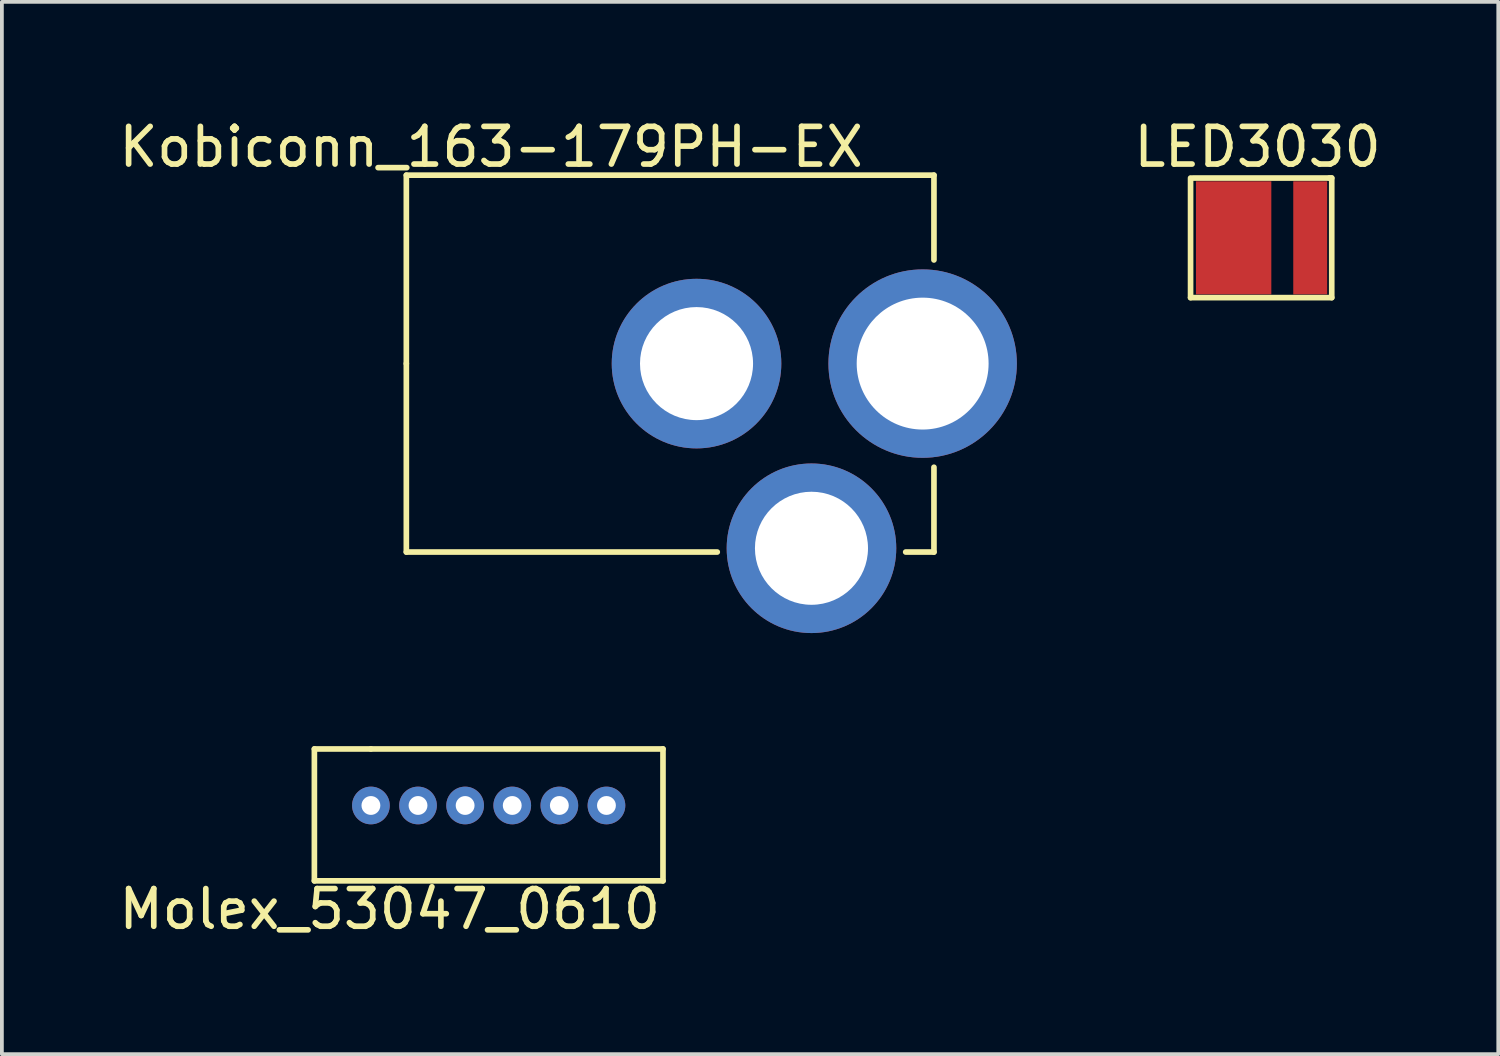
<source format=kicad_pcb>
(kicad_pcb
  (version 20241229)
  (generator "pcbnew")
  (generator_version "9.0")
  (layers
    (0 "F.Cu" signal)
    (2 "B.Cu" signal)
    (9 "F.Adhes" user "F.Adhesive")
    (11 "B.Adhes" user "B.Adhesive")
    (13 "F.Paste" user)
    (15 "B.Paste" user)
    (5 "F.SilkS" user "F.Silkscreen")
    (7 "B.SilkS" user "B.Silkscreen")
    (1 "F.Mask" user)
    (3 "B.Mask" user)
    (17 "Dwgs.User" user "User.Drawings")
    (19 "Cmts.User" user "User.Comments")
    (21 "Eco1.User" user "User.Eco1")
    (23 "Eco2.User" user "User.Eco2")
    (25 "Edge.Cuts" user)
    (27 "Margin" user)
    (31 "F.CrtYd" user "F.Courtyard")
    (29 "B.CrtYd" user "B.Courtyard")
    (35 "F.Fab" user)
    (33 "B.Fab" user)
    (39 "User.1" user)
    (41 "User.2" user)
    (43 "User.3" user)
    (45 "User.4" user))
  (footprint "Molex_53047_0610"
    (layer "F.Cu")
    (at 6.792 18.323)
    (property "Reference" "Molex_53047_0610" (at 0.5 2.75 0) (layer "F.SilkS") (effects (font (size 1 1) (thickness 0.15))))
    (attr through_hole)
    (fp_line (start -1.5 -1.5) (end -1.5 2) (stroke (width 0.15) (type solid)) (layer "F.SilkS"))
    (fp_line (start -1.5 2) (end 7.75 2) (stroke (width 0.15) (type solid)) (layer "F.SilkS"))
    (fp_line (start 0 -1.5) (end -1.5 -1.5) (stroke (width 0.15) (type solid)) (layer "F.SilkS"))
    (fp_line (start 7.75 -1.5) (end 0 -1.5) (stroke (width 0.15) (type solid)) (layer "F.SilkS"))
    (fp_line (start 7.75 2) (end 7.75 -1.5) (stroke (width 0.15) (type solid)) (layer "F.SilkS"))
    (pad "1" thru_hole circle (at 0 0) (size 1 1) (drill 0.5) (layers "*.Cu" "*.Mask"))
    (pad "2" thru_hole circle (at 1.25 0) (size 1 1) (drill 0.5) (layers "*.Cu" "*.Mask"))
    (pad "3" thru_hole circle (at 2.5 0) (size 1 1) (drill 0.5) (layers "*.Cu" "*.Mask"))
    (pad "4" thru_hole circle (at 3.75 0) (size 1 1) (drill 0.5) (layers "*.Cu" "*.Mask"))
    (pad "5" thru_hole circle (at 5 0) (size 1 1) (drill 0.5) (layers "*.Cu" "*.Mask"))
    (pad "6" thru_hole circle (at 6.25 0) (size 1 1) (drill 0.5) (layers "*.Cu" "*.Mask")))
  (footprint "LED3030"
    (layer "F.Cu")
    (at 28.414 1.483)
    (property "Reference" "LED3030" (at 1.905 -0.635 0) (layer "F.SilkS") (effects (font (size 1 1) (thickness 0.15))))
    (attr through_hole)
    (fp_line (start 0.127 3.365) (end 0.127 0.191) (stroke (width 0.15) (type solid)) (layer "F.SilkS"))
    (fp_line (start 0.191 0.191) (end 3.81 0.191) (stroke (width 0.15) (type solid)) (layer "F.SilkS"))
    (fp_line (start 3.81 0.191) (end 3.873 0.191) (stroke (width 0.15) (type solid)) (layer "F.SilkS"))
    (fp_line (start 3.873 0.191) (end 3.873 3.365) (stroke (width 0.15) (type solid)) (layer "F.SilkS"))
    (fp_line (start 3.873 3.365) (end 0.127 3.365) (stroke (width 0.15) (type solid)) (layer "F.SilkS"))
    (pad "1" smd rect (at 1.27 1.778) (size 2 3) (layers "F.Cu" "F.Mask" "F.Paste"))
    (pad "2" smd rect (at 3.302 1.778) (size 0.9 3) (layers "F.Cu" "F.Mask" "F.Paste")))
  (footprint "Kobiconn_163-179PH-EX"
    (layer "F.Cu")
    (at 7.732 6.598)
    (property "Reference" "Kobiconn_163-179PH-EX" (at 2.25 -5.75 0) (layer "F.SilkS") (effects (font (size 1 1) (thickness 0.15))))
    (attr through_hole)
    (fp_line (start 0 -5) (end 14 -5) (stroke (width 0.15) (type solid)) (layer "F.SilkS"))
    (fp_line (start 0 0) (end 0 -5) (stroke (width 0.15) (type solid)) (layer "F.SilkS"))
    (fp_line (start 0 0) (end 0 5) (stroke (width 0.15) (type solid)) (layer "F.SilkS"))
    (fp_line (start 0 5) (end 8.25 5) (stroke (width 0.15) (type solid)) (layer "F.SilkS"))
    (fp_line (start 13.25 5) (end 14 5) (stroke (width 0.15) (type solid)) (layer "F.SilkS"))
    (fp_line (start 14 -5) (end 14 -2.75) (stroke (width 0.15) (type solid)) (layer "F.SilkS"))
    (fp_line (start 14 5) (end 14 2.75) (stroke (width 0.15) (type solid)) (layer "F.SilkS"))
    (pad "1" thru_hole circle (at 13.7 0) (size 5 5) (drill 3.5) (layers "*.Cu" "*.Mask"))
    (pad "2" thru_hole circle (at 10.75 4.9) (size 4.5 4.5) (drill 3) (layers "*.Cu" "*.Mask"))
    (pad "3" thru_hole circle (at 7.7 0) (size 4.5 4.5) (drill 3) (layers "*.Cu" "*.Mask")))
  (gr_rect
    (start -3 -3)
    (end 36.706 24.922)
    (stroke (width 0.1) (type default))
    (fill no)
    (layer "Edge.Cuts")))
</source>
